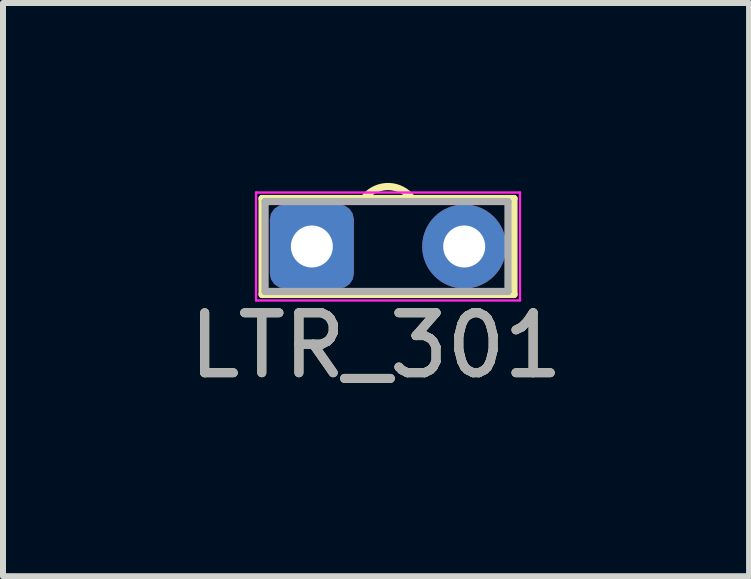
<source format=kicad_pcb>
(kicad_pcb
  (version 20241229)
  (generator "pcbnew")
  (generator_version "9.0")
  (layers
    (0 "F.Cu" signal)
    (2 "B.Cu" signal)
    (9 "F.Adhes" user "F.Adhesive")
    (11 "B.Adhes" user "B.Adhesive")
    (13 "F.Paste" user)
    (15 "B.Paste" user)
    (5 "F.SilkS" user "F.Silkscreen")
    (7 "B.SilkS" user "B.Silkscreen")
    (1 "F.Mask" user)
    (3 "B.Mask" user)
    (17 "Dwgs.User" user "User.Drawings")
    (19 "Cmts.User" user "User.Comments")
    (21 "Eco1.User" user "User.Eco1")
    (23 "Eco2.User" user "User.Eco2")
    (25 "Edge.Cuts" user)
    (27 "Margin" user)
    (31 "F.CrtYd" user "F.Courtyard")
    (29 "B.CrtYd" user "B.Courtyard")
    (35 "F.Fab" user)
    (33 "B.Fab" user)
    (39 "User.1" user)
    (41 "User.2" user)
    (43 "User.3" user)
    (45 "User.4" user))
  (footprint "LTR_301"
    (layer "F.Cu")
    (at 3.42 1.06)
    (property "Reference" "LTR_301" (at -0.2 1.65 0) (layer "F.SilkS") (effects (font (size 1 1) (thickness 0.15))))
    (attr through_hole)
    (fp_line (start -2.1 -0.8) (end -2.1 0.8) (stroke (width 0.12) (type solid)) (layer "F.SilkS"))
    (fp_line (start -2.1 0.8) (end 2.1 0.8) (stroke (width 0.12) (type solid)) (layer "F.SilkS"))
    (fp_line (start 2.1 -0.8) (end -2.1 -0.8) (stroke (width 0.12) (type solid)) (layer "F.SilkS"))
    (fp_line (start 2.1 0.8) (end 2.1 -0.8) (stroke (width 0.12) (type solid)) (layer "F.SilkS"))
    (fp_arc (start -0.379628 -0.825395) (mid 0.016278 -0.999734) (end 0.399999 -0.8) (stroke (width 0.12) (type solid)) (layer "F.SilkS"))
    (fp_line (start -2.2 -0.9) (end 2.2 -0.9) (stroke (width 0.04) (type solid)) (layer "F.CrtYd"))
    (fp_line (start -2.2 0.9) (end -2.2 -0.9) (stroke (width 0.04) (type solid)) (layer "F.CrtYd"))
    (fp_line (start 2.2 -0.9) (end 2.2 0.9) (stroke (width 0.04) (type solid)) (layer "F.CrtYd"))
    (fp_line (start 2.2 0.9) (end -2.2 0.9) (stroke (width 0.04) (type solid)) (layer "F.CrtYd"))
    (fp_line (start -2.05 -0.75) (end 2 -0.75) (stroke (width 0.12) (type solid)) (layer "F.Fab"))
    (fp_line (start -2.05 0.75) (end -2.05 -0.75) (stroke (width 0.12) (type solid)) (layer "F.Fab"))
    (fp_line (start 2 -0.75) (end 2 0.75) (stroke (width 0.12) (type solid)) (layer "F.Fab"))
    (fp_line (start 2 0.75) (end -2.05 0.75) (stroke (width 0.12) (type solid)) (layer "F.Fab"))
    (fp_text user "${REFERENCE}" (at -0.2 1.65 0) (layer "F.Fab") (effects (font (size 1 1) (thickness 0.15))))
    (pad "1" thru_hole roundrect (at -1.27 0) (size 1.4 1.4) (drill 0.7) (layers "*.Cu" "*.Mask") (roundrect_rratio 0.178))
    (pad "2" thru_hole circle (at 1.27 0) (size 1.4 1.4) (drill 0.7) (layers "*.Cu" "*.Mask")))
  (gr_rect
    (start -3 -3)
    (end 9.44 6.558)
    (stroke (width 0.1) (type default))
    (fill no)
    (layer "Edge.Cuts")))
</source>
